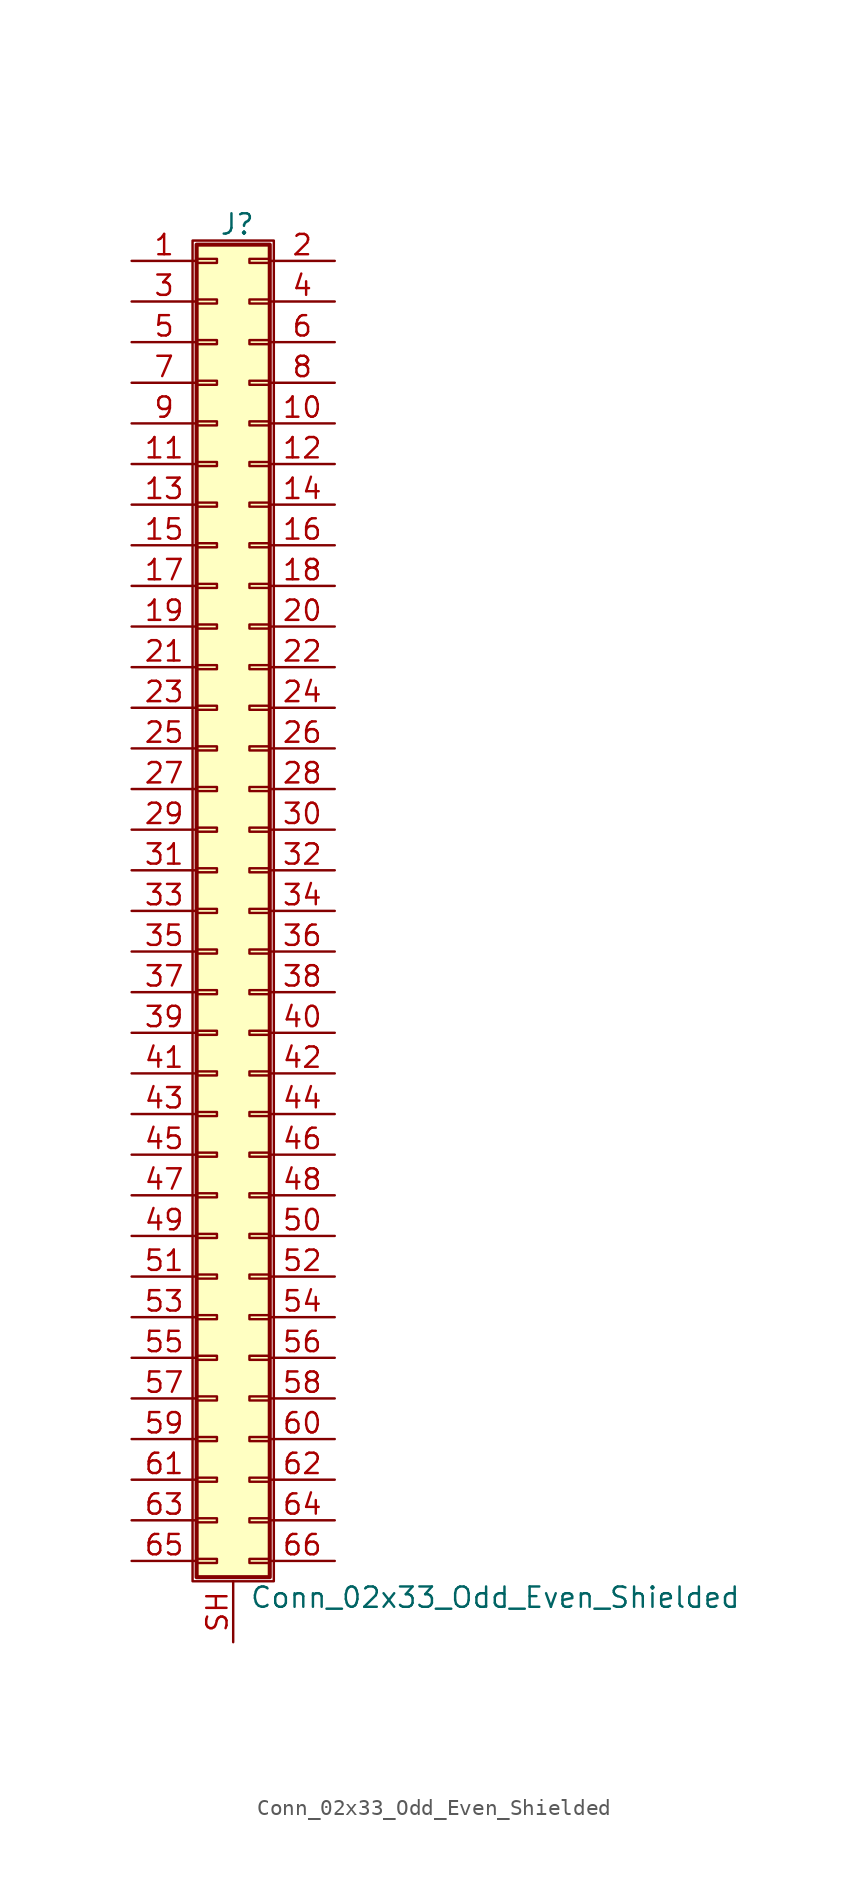
<source format=kicad_sym>
(kicad_symbol_lib
  (version 20220914)
  (generator kicad_symbol_editor)
  (symbol "Conn_02x33_Odd_Even_Shielded"
    (pin_names
      (offset 1.016) hide)
    (property "Reference" "J"
      (at 1.524 42.926 0)
      (effects (font (size 1.27 1.27))))
    (property "Value" "Conn_02x33_Odd_Even_Shielded"
      (at 2.286 -42.926 0)
      (effects (font (size 1.27 1.27)) (justify left)))
    (symbol "Conn_02x33_Odd_Even_Shielded_1_1"
      (rectangle (start -1.27 41.91) (end 3.81 -41.91) (stroke (width 0.152) (type default)) (fill (type none)))
      (rectangle (start -1.016 -40.513) (end 0.254 -40.767) (stroke (width 0.152) (type default)) (fill (type none)))
      (rectangle (start -1.016 -37.973) (end 0.254 -38.227) (stroke (width 0.152) (type default)) (fill (type none)))
      (rectangle (start -1.016 -35.433) (end 0.254 -35.687) (stroke (width 0.152) (type default)) (fill (type none)))
      (rectangle (start -1.016 -32.893) (end 0.254 -33.147) (stroke (width 0.152) (type default)) (fill (type none)))
      (rectangle (start -1.016 -30.353) (end 0.254 -30.607) (stroke (width 0.152) (type default)) (fill (type none)))
      (rectangle (start -1.016 -27.813) (end 0.254 -28.067) (stroke (width 0.152) (type default)) (fill (type none)))
      (rectangle (start -1.016 -25.273) (end 0.254 -25.527) (stroke (width 0.152) (type default)) (fill (type none)))
      (rectangle (start -1.016 -22.733) (end 0.254 -22.987) (stroke (width 0.152) (type default)) (fill (type none)))
      (rectangle (start -1.016 -20.193) (end 0.254 -20.447) (stroke (width 0.152) (type default)) (fill (type none)))
      (rectangle (start -1.016 -17.653) (end 0.254 -17.907) (stroke (width 0.152) (type default)) (fill (type none)))
      (rectangle (start -1.016 -15.113) (end 0.254 -15.367) (stroke (width 0.152) (type default)) (fill (type none)))
      (rectangle (start -1.016 -12.573) (end 0.254 -12.827) (stroke (width 0.152) (type default)) (fill (type none)))
      (rectangle (start -1.016 -10.033) (end 0.254 -10.287) (stroke (width 0.152) (type default)) (fill (type none)))
      (rectangle (start -1.016 -7.493) (end 0.254 -7.747) (stroke (width 0.152) (type default)) (fill (type none)))
      (rectangle (start -1.016 -4.953) (end 0.254 -5.207) (stroke (width 0.152) (type default)) (fill (type none)))
      (rectangle (start -1.016 -2.413) (end 0.254 -2.667) (stroke (width 0.152) (type default)) (fill (type none)))
      (rectangle (start -1.016 0.127) (end 0.254 -0.127) (stroke (width 0.152) (type default)) (fill (type none)))
      (rectangle (start -1.016 2.667) (end 0.254 2.413) (stroke (width 0.152) (type default)) (fill (type none)))
      (rectangle (start -1.016 5.207) (end 0.254 4.953) (stroke (width 0.152) (type default)) (fill (type none)))
      (rectangle (start -1.016 7.747) (end 0.254 7.493) (stroke (width 0.152) (type default)) (fill (type none)))
      (rectangle (start -1.016 10.287) (end 0.254 10.033) (stroke (width 0.152) (type default)) (fill (type none)))
      (rectangle (start -1.016 12.827) (end 0.254 12.573) (stroke (width 0.152) (type default)) (fill (type none)))
      (rectangle (start -1.016 15.367) (end 0.254 15.113) (stroke (width 0.152) (type default)) (fill (type none)))
      (rectangle (start -1.016 17.907) (end 0.254 17.653) (stroke (width 0.152) (type default)) (fill (type none)))
      (rectangle (start -1.016 20.447) (end 0.254 20.193) (stroke (width 0.152) (type default)) (fill (type none)))
      (rectangle (start -1.016 22.987) (end 0.254 22.733) (stroke (width 0.152) (type default)) (fill (type none)))
      (rectangle (start -1.016 25.527) (end 0.254 25.273) (stroke (width 0.152) (type default)) (fill (type none)))
      (rectangle (start -1.016 28.067) (end 0.254 27.813) (stroke (width 0.152) (type default)) (fill (type none)))
      (rectangle (start -1.016 30.607) (end 0.254 30.353) (stroke (width 0.152) (type default)) (fill (type none)))
      (rectangle (start -1.016 33.147) (end 0.254 32.893) (stroke (width 0.152) (type default)) (fill (type none)))
      (rectangle (start -1.016 35.687) (end 0.254 35.433) (stroke (width 0.152) (type default)) (fill (type none)))
      (rectangle (start -1.016 38.227) (end 0.254 37.973) (stroke (width 0.152) (type default)) (fill (type none)))
      (rectangle (start -1.016 40.767) (end 0.254 40.513) (stroke (width 0.152) (type default)) (fill (type none)))
      (rectangle (start -1.016 41.656) (end 3.556 -41.656) (stroke (width 0.254) (type default)) (fill (type background)))
      (rectangle (start 3.556 -40.513) (end 2.286 -40.767) (stroke (width 0.152) (type default)) (fill (type none)))
      (rectangle (start 3.556 -37.973) (end 2.286 -38.227) (stroke (width 0.152) (type default)) (fill (type none)))
      (rectangle (start 3.556 -35.433) (end 2.286 -35.687) (stroke (width 0.152) (type default)) (fill (type none)))
      (rectangle (start 3.556 -32.893) (end 2.286 -33.147) (stroke (width 0.152) (type default)) (fill (type none)))
      (rectangle (start 3.556 -30.353) (end 2.286 -30.607) (stroke (width 0.152) (type default)) (fill (type none)))
      (rectangle (start 3.556 -27.813) (end 2.286 -28.067) (stroke (width 0.152) (type default)) (fill (type none)))
      (rectangle (start 3.556 -25.273) (end 2.286 -25.527) (stroke (width 0.152) (type default)) (fill (type none)))
      (rectangle (start 3.556 -22.733) (end 2.286 -22.987) (stroke (width 0.152) (type default)) (fill (type none)))
      (rectangle (start 3.556 -20.193) (end 2.286 -20.447) (stroke (width 0.152) (type default)) (fill (type none)))
      (rectangle (start 3.556 -17.653) (end 2.286 -17.907) (stroke (width 0.152) (type default)) (fill (type none)))
      (rectangle (start 3.556 -15.113) (end 2.286 -15.367) (stroke (width 0.152) (type default)) (fill (type none)))
      (rectangle (start 3.556 -12.573) (end 2.286 -12.827) (stroke (width 0.152) (type default)) (fill (type none)))
      (rectangle (start 3.556 -10.033) (end 2.286 -10.287) (stroke (width 0.152) (type default)) (fill (type none)))
      (rectangle (start 3.556 -7.493) (end 2.286 -7.747) (stroke (width 0.152) (type default)) (fill (type none)))
      (rectangle (start 3.556 -4.953) (end 2.286 -5.207) (stroke (width 0.152) (type default)) (fill (type none)))
      (rectangle (start 3.556 -2.413) (end 2.286 -2.667) (stroke (width 0.152) (type default)) (fill (type none)))
      (rectangle (start 3.556 0.127) (end 2.286 -0.127) (stroke (width 0.152) (type default)) (fill (type none)))
      (rectangle (start 3.556 2.667) (end 2.286 2.413) (stroke (width 0.152) (type default)) (fill (type none)))
      (rectangle (start 3.556 5.207) (end 2.286 4.953) (stroke (width 0.152) (type default)) (fill (type none)))
      (rectangle (start 3.556 7.747) (end 2.286 7.493) (stroke (width 0.152) (type default)) (fill (type none)))
      (rectangle (start 3.556 10.287) (end 2.286 10.033) (stroke (width 0.152) (type default)) (fill (type none)))
      (rectangle (start 3.556 12.827) (end 2.286 12.573) (stroke (width 0.152) (type default)) (fill (type none)))
      (rectangle (start 3.556 15.367) (end 2.286 15.113) (stroke (width 0.152) (type default)) (fill (type none)))
      (rectangle (start 3.556 17.907) (end 2.286 17.653) (stroke (width 0.152) (type default)) (fill (type none)))
      (rectangle (start 3.556 20.447) (end 2.286 20.193) (stroke (width 0.152) (type default)) (fill (type none)))
      (rectangle (start 3.556 22.987) (end 2.286 22.733) (stroke (width 0.152) (type default)) (fill (type none)))
      (rectangle (start 3.556 25.527) (end 2.286 25.273) (stroke (width 0.152) (type default)) (fill (type none)))
      (rectangle (start 3.556 28.067) (end 2.286 27.813) (stroke (width 0.152) (type default)) (fill (type none)))
      (rectangle (start 3.556 30.607) (end 2.286 30.353) (stroke (width 0.152) (type default)) (fill (type none)))
      (rectangle (start 3.556 33.147) (end 2.286 32.893) (stroke (width 0.152) (type default)) (fill (type none)))
      (rectangle (start 3.556 35.687) (end 2.286 35.433) (stroke (width 0.152) (type default)) (fill (type none)))
      (rectangle (start 3.556 38.227) (end 2.286 37.973) (stroke (width 0.152) (type default)) (fill (type none)))
      (rectangle (start 3.556 40.767) (end 2.286 40.513) (stroke (width 0.152) (type default)) (fill (type none)))
      (pin passive line (at -5.08 40.64 0) (length 4.064) (name "Pin_1" (effects (font (size 1.27 1.27)))) (number "1" (effects (font (size 1.27 1.27)))))
      (pin passive line (at 7.62 30.48 180) (length 4.064) (name "Pin_10" (effects (font (size 1.27 1.27)))) (number "10" (effects (font (size 1.27 1.27)))))
      (pin passive line (at -5.08 27.94 0) (length 4.064) (name "Pin_11" (effects (font (size 1.27 1.27)))) (number "11" (effects (font (size 1.27 1.27)))))
      (pin passive line (at 7.62 27.94 180) (length 4.064) (name "Pin_12" (effects (font (size 1.27 1.27)))) (number "12" (effects (font (size 1.27 1.27)))))
      (pin passive line (at -5.08 25.4 0) (length 4.064) (name "Pin_13" (effects (font (size 1.27 1.27)))) (number "13" (effects (font (size 1.27 1.27)))))
      (pin passive line (at 7.62 25.4 180) (length 4.064) (name "Pin_14" (effects (font (size 1.27 1.27)))) (number "14" (effects (font (size 1.27 1.27)))))
      (pin passive line (at -5.08 22.86 0) (length 4.064) (name "Pin_15" (effects (font (size 1.27 1.27)))) (number "15" (effects (font (size 1.27 1.27)))))
      (pin passive line (at 7.62 22.86 180) (length 4.064) (name "Pin_16" (effects (font (size 1.27 1.27)))) (number "16" (effects (font (size 1.27 1.27)))))
      (pin passive line (at -5.08 20.32 0) (length 4.064) (name "Pin_17" (effects (font (size 1.27 1.27)))) (number "17" (effects (font (size 1.27 1.27)))))
      (pin passive line (at 7.62 20.32 180) (length 4.064) (name "Pin_18" (effects (font (size 1.27 1.27)))) (number "18" (effects (font (size 1.27 1.27)))))
      (pin passive line (at -5.08 17.78 0) (length 4.064) (name "Pin_19" (effects (font (size 1.27 1.27)))) (number "19" (effects (font (size 1.27 1.27)))))
      (pin passive line (at 7.62 40.64 180) (length 4.064) (name "Pin_2" (effects (font (size 1.27 1.27)))) (number "2" (effects (font (size 1.27 1.27)))))
      (pin passive line (at 7.62 17.78 180) (length 4.064) (name "Pin_20" (effects (font (size 1.27 1.27)))) (number "20" (effects (font (size 1.27 1.27)))))
      (pin passive line (at -5.08 15.24 0) (length 4.064) (name "Pin_21" (effects (font (size 1.27 1.27)))) (number "21" (effects (font (size 1.27 1.27)))))
      (pin passive line (at 7.62 15.24 180) (length 4.064) (name "Pin_22" (effects (font (size 1.27 1.27)))) (number "22" (effects (font (size 1.27 1.27)))))
      (pin passive line (at -5.08 12.7 0) (length 4.064) (name "Pin_23" (effects (font (size 1.27 1.27)))) (number "23" (effects (font (size 1.27 1.27)))))
      (pin passive line (at 7.62 12.7 180) (length 4.064) (name "Pin_24" (effects (font (size 1.27 1.27)))) (number "24" (effects (font (size 1.27 1.27)))))
      (pin passive line (at -5.08 10.16 0) (length 4.064) (name "Pin_25" (effects (font (size 1.27 1.27)))) (number "25" (effects (font (size 1.27 1.27)))))
      (pin passive line (at 7.62 10.16 180) (length 4.064) (name "Pin_26" (effects (font (size 1.27 1.27)))) (number "26" (effects (font (size 1.27 1.27)))))
      (pin passive line (at -5.08 7.62 0) (length 4.064) (name "Pin_27" (effects (font (size 1.27 1.27)))) (number "27" (effects (font (size 1.27 1.27)))))
      (pin passive line (at 7.62 7.62 180) (length 4.064) (name "Pin_28" (effects (font (size 1.27 1.27)))) (number "28" (effects (font (size 1.27 1.27)))))
      (pin passive line (at -5.08 5.08 0) (length 4.064) (name "Pin_29" (effects (font (size 1.27 1.27)))) (number "29" (effects (font (size 1.27 1.27)))))
      (pin passive line (at -5.08 38.1 0) (length 4.064) (name "Pin_3" (effects (font (size 1.27 1.27)))) (number "3" (effects (font (size 1.27 1.27)))))
      (pin passive line (at 7.62 5.08 180) (length 4.064) (name "Pin_30" (effects (font (size 1.27 1.27)))) (number "30" (effects (font (size 1.27 1.27)))))
      (pin passive line (at -5.08 2.54 0) (length 4.064) (name "Pin_31" (effects (font (size 1.27 1.27)))) (number "31" (effects (font (size 1.27 1.27)))))
      (pin passive line (at 7.62 2.54 180) (length 4.064) (name "Pin_32" (effects (font (size 1.27 1.27)))) (number "32" (effects (font (size 1.27 1.27)))))
      (pin passive line (at -5.08 0 0) (length 4.064) (name "Pin_33" (effects (font (size 1.27 1.27)))) (number "33" (effects (font (size 1.27 1.27)))))
      (pin passive line (at 7.62 0 180) (length 4.064) (name "Pin_34" (effects (font (size 1.27 1.27)))) (number "34" (effects (font (size 1.27 1.27)))))
      (pin passive line (at -5.08 -2.54 0) (length 4.064) (name "Pin_35" (effects (font (size 1.27 1.27)))) (number "35" (effects (font (size 1.27 1.27)))))
      (pin passive line (at 7.62 -2.54 180) (length 4.064) (name "Pin_36" (effects (font (size 1.27 1.27)))) (number "36" (effects (font (size 1.27 1.27)))))
      (pin passive line (at -5.08 -5.08 0) (length 4.064) (name "Pin_37" (effects (font (size 1.27 1.27)))) (number "37" (effects (font (size 1.27 1.27)))))
      (pin passive line (at 7.62 -5.08 180) (length 4.064) (name "Pin_38" (effects (font (size 1.27 1.27)))) (number "38" (effects (font (size 1.27 1.27)))))
      (pin passive line (at -5.08 -7.62 0) (length 4.064) (name "Pin_39" (effects (font (size 1.27 1.27)))) (number "39" (effects (font (size 1.27 1.27)))))
      (pin passive line (at 7.62 38.1 180) (length 4.064) (name "Pin_4" (effects (font (size 1.27 1.27)))) (number "4" (effects (font (size 1.27 1.27)))))
      (pin passive line (at 7.62 -7.62 180) (length 4.064) (name "Pin_40" (effects (font (size 1.27 1.27)))) (number "40" (effects (font (size 1.27 1.27)))))
      (pin passive line (at -5.08 -10.16 0) (length 4.064) (name "Pin_41" (effects (font (size 1.27 1.27)))) (number "41" (effects (font (size 1.27 1.27)))))
      (pin passive line (at 7.62 -10.16 180) (length 4.064) (name "Pin_42" (effects (font (size 1.27 1.27)))) (number "42" (effects (font (size 1.27 1.27)))))
      (pin passive line (at -5.08 -12.7 0) (length 4.064) (name "Pin_43" (effects (font (size 1.27 1.27)))) (number "43" (effects (font (size 1.27 1.27)))))
      (pin passive line (at 7.62 -12.7 180) (length 4.064) (name "Pin_44" (effects (font (size 1.27 1.27)))) (number "44" (effects (font (size 1.27 1.27)))))
      (pin passive line (at -5.08 -15.24 0) (length 4.064) (name "Pin_45" (effects (font (size 1.27 1.27)))) (number "45" (effects (font (size 1.27 1.27)))))
      (pin passive line (at 7.62 -15.24 180) (length 4.064) (name "Pin_46" (effects (font (size 1.27 1.27)))) (number "46" (effects (font (size 1.27 1.27)))))
      (pin passive line (at -5.08 -17.78 0) (length 4.064) (name "Pin_47" (effects (font (size 1.27 1.27)))) (number "47" (effects (font (size 1.27 1.27)))))
      (pin passive line (at 7.62 -17.78 180) (length 4.064) (name "Pin_48" (effects (font (size 1.27 1.27)))) (number "48" (effects (font (size 1.27 1.27)))))
      (pin passive line (at -5.08 -20.32 0) (length 4.064) (name "Pin_49" (effects (font (size 1.27 1.27)))) (number "49" (effects (font (size 1.27 1.27)))))
      (pin passive line (at -5.08 35.56 0) (length 4.064) (name "Pin_5" (effects (font (size 1.27 1.27)))) (number "5" (effects (font (size 1.27 1.27)))))
      (pin passive line (at 7.62 -20.32 180) (length 4.064) (name "Pin_50" (effects (font (size 1.27 1.27)))) (number "50" (effects (font (size 1.27 1.27)))))
      (pin passive line (at -5.08 -22.86 0) (length 4.064) (name "Pin_51" (effects (font (size 1.27 1.27)))) (number "51" (effects (font (size 1.27 1.27)))))
      (pin passive line (at 7.62 -22.86 180) (length 4.064) (name "Pin_52" (effects (font (size 1.27 1.27)))) (number "52" (effects (font (size 1.27 1.27)))))
      (pin passive line (at -5.08 -25.4 0) (length 4.064) (name "Pin_53" (effects (font (size 1.27 1.27)))) (number "53" (effects (font (size 1.27 1.27)))))
      (pin passive line (at 7.62 -25.4 180) (length 4.064) (name "Pin_54" (effects (font (size 1.27 1.27)))) (number "54" (effects (font (size 1.27 1.27)))))
      (pin passive line (at -5.08 -27.94 0) (length 4.064) (name "Pin_55" (effects (font (size 1.27 1.27)))) (number "55" (effects (font (size 1.27 1.27)))))
      (pin passive line (at 7.62 -27.94 180) (length 4.064) (name "Pin_56" (effects (font (size 1.27 1.27)))) (number "56" (effects (font (size 1.27 1.27)))))
      (pin passive line (at -5.08 -30.48 0) (length 4.064) (name "Pin_57" (effects (font (size 1.27 1.27)))) (number "57" (effects (font (size 1.27 1.27)))))
      (pin passive line (at 7.62 -30.48 180) (length 4.064) (name "Pin_58" (effects (font (size 1.27 1.27)))) (number "58" (effects (font (size 1.27 1.27)))))
      (pin passive line (at -5.08 -33.02 0) (length 4.064) (name "Pin_59" (effects (font (size 1.27 1.27)))) (number "59" (effects (font (size 1.27 1.27)))))
      (pin passive line (at 7.62 35.56 180) (length 4.064) (name "Pin_6" (effects (font (size 1.27 1.27)))) (number "6" (effects (font (size 1.27 1.27)))))
      (pin passive line (at 7.62 -33.02 180) (length 4.064) (name "Pin_60" (effects (font (size 1.27 1.27)))) (number "60" (effects (font (size 1.27 1.27)))))
      (pin passive line (at -5.08 -35.56 0) (length 4.064) (name "Pin_61" (effects (font (size 1.27 1.27)))) (number "61" (effects (font (size 1.27 1.27)))))
      (pin passive line (at 7.62 -35.56 180) (length 4.064) (name "Pin_62" (effects (font (size 1.27 1.27)))) (number "62" (effects (font (size 1.27 1.27)))))
      (pin passive line (at -5.08 -38.1 0) (length 4.064) (name "Pin_63" (effects (font (size 1.27 1.27)))) (number "63" (effects (font (size 1.27 1.27)))))
      (pin passive line (at 7.62 -38.1 180) (length 4.064) (name "Pin_64" (effects (font (size 1.27 1.27)))) (number "64" (effects (font (size 1.27 1.27)))))
      (pin passive line (at -5.08 -40.64 0) (length 4.064) (name "Pin_65" (effects (font (size 1.27 1.27)))) (number "65" (effects (font (size 1.27 1.27)))))
      (pin passive line (at 7.62 -40.64 180) (length 4.064) (name "Pin_66" (effects (font (size 1.27 1.27)))) (number "66" (effects (font (size 1.27 1.27)))))
      (pin passive line (at -5.08 33.02 0) (length 4.064) (name "Pin_7" (effects (font (size 1.27 1.27)))) (number "7" (effects (font (size 1.27 1.27)))))
      (pin passive line (at 7.62 33.02 180) (length 4.064) (name "Pin_8" (effects (font (size 1.27 1.27)))) (number "8" (effects (font (size 1.27 1.27)))))
      (pin passive line (at -5.08 30.48 0) (length 4.064) (name "Pin_9" (effects (font (size 1.27 1.27)))) (number "9" (effects (font (size 1.27 1.27)))))
      (pin passive line (at 1.27 -45.72 90) (length 3.81) (name "Shield" (effects (font (size 1.27 1.27)))) (number "SH" (effects (font (size 1.27 1.27))))))))
</source>
